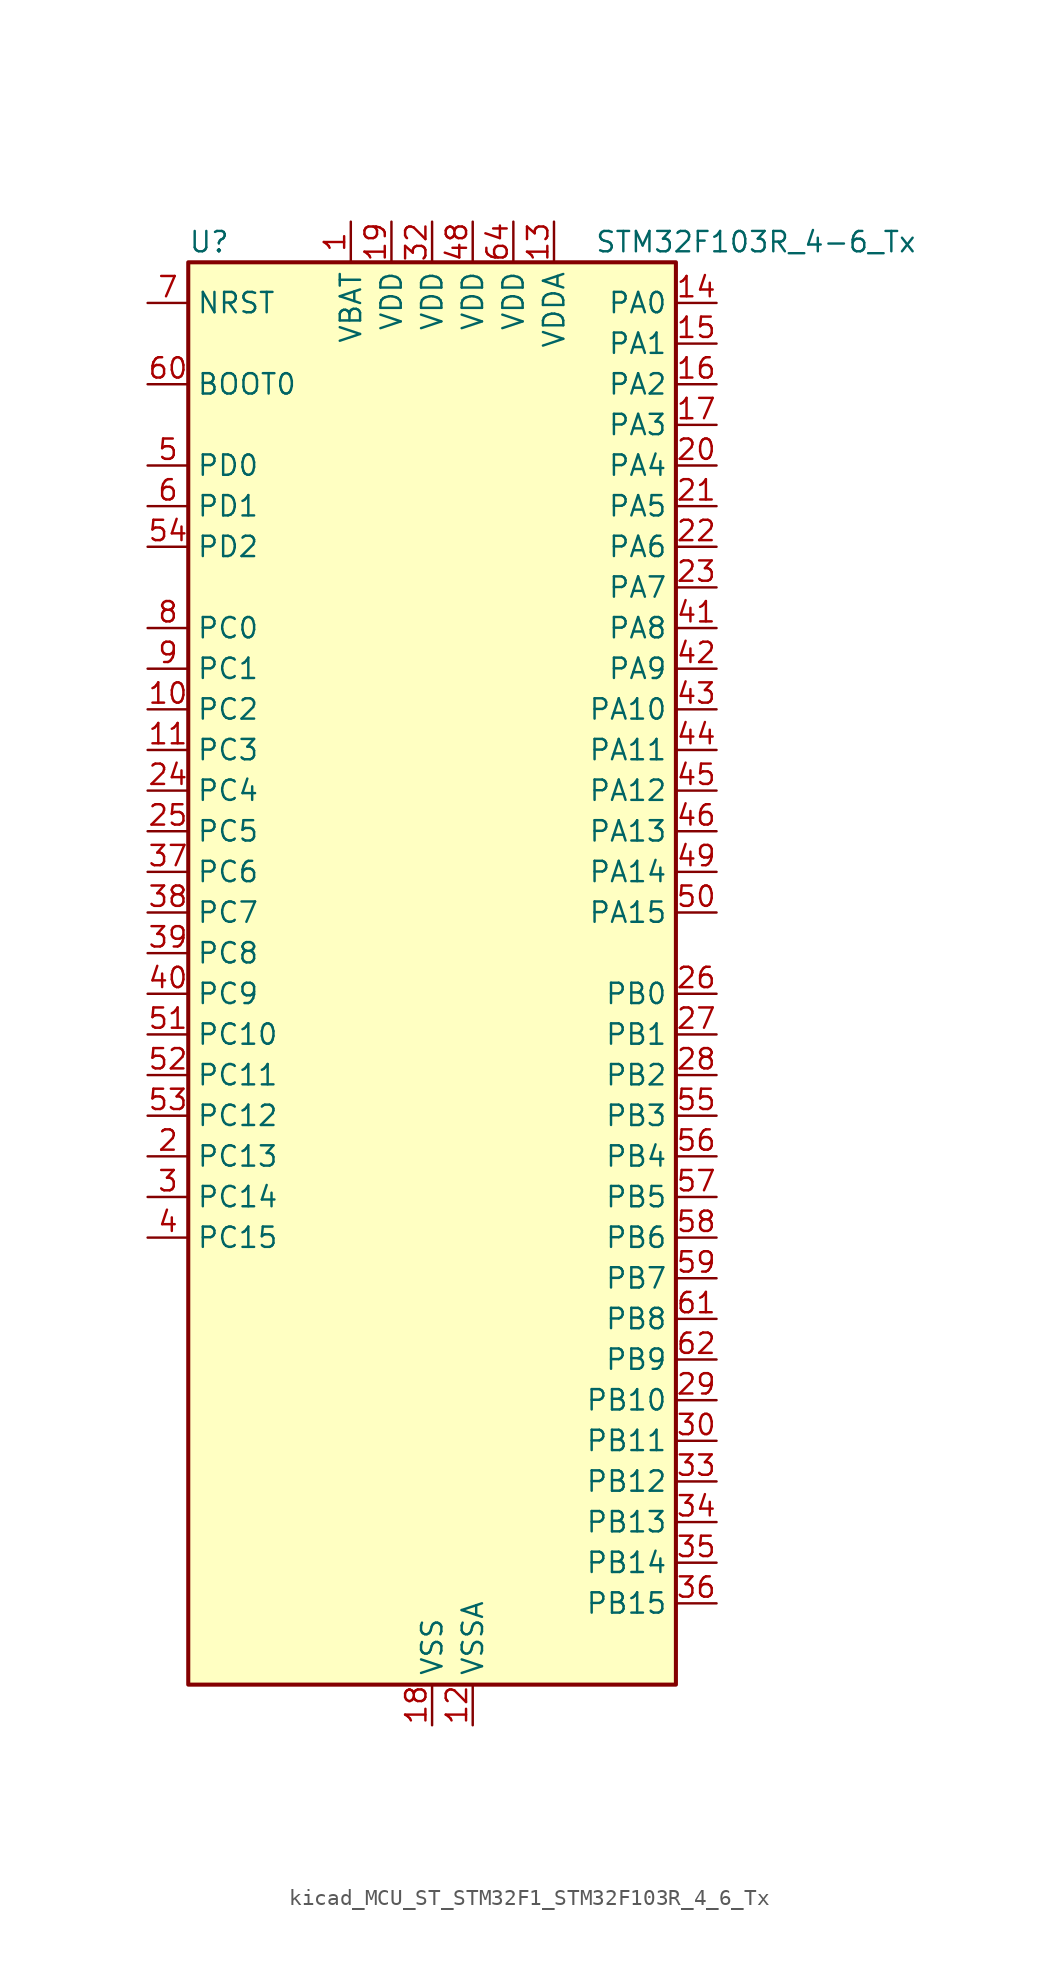
<source format=kicad_sym>
(kicad_symbol_lib
  (version 20220914)
  (generator kicad_symbol_editor)
  (symbol "kicad_MCU_ST_STM32F1_STM32F103R_4_6_Tx"
    (property "Reference" "U"
      (at -15.24 46.99 0)
      (effects (font (size 1.27 1.27)) (justify left)))
    (property "Value" "STM32F103R_4-6_Tx"
      (at 10.16 46.99 0)
      (effects (font (size 1.27 1.27)) (justify left)))
    (property "ki_locked" ""
      (at 0 0 0)
      (effects (font (size 1.27 1.27))))
    (symbol "kicad_MCU_ST_STM32F1_STM32F103R_4_6_Tx_0_1"
      (rectangle (start -15.24 -43.18) (end 15.24 45.72) (stroke (width 0.254) (type default)) (fill (type background))))
    (symbol "kicad_MCU_ST_STM32F1_STM32F103R_4_6_Tx_1_1"
      (pin power_in line (at -5.08 48.26 270) (length 2.54) (name "VBAT" (effects (font (size 1.27 1.27)))) (number "1" (effects (font (size 1.27 1.27)))))
      (pin bidirectional line (at -17.78 17.78 0) (length 2.54) (name "PC2" (effects (font (size 1.27 1.27)))) (number "10" (effects (font (size 1.27 1.27)))) (alternate "ADC1_IN12" bidirectional line) (alternate "ADC2_IN12" bidirectional line))
      (pin bidirectional line (at -17.78 15.24 0) (length 2.54) (name "PC3" (effects (font (size 1.27 1.27)))) (number "11" (effects (font (size 1.27 1.27)))) (alternate "ADC1_IN13" bidirectional line) (alternate "ADC2_IN13" bidirectional line))
      (pin power_in line (at 2.54 -45.72 90) (length 2.54) (name "VSSA" (effects (font (size 1.27 1.27)))) (number "12" (effects (font (size 1.27 1.27)))))
      (pin power_in line (at 7.62 48.26 270) (length 2.54) (name "VDDA" (effects (font (size 1.27 1.27)))) (number "13" (effects (font (size 1.27 1.27)))))
      (pin bidirectional line (at 17.78 43.18 180) (length 2.54) (name "PA0" (effects (font (size 1.27 1.27)))) (number "14" (effects (font (size 1.27 1.27)))) (alternate "ADC1_IN0" bidirectional line) (alternate "ADC2_IN0" bidirectional line) (alternate "SYS_WKUP" bidirectional line) (alternate "TIM2_CH1" bidirectional line) (alternate "TIM2_ETR" bidirectional line) (alternate "USART2_CTS" bidirectional line))
      (pin bidirectional line (at 17.78 40.64 180) (length 2.54) (name "PA1" (effects (font (size 1.27 1.27)))) (number "15" (effects (font (size 1.27 1.27)))) (alternate "ADC1_IN1" bidirectional line) (alternate "ADC2_IN1" bidirectional line) (alternate "TIM2_CH2" bidirectional line) (alternate "USART2_RTS" bidirectional line))
      (pin bidirectional line (at 17.78 38.1 180) (length 2.54) (name "PA2" (effects (font (size 1.27 1.27)))) (number "16" (effects (font (size 1.27 1.27)))) (alternate "ADC1_IN2" bidirectional line) (alternate "ADC2_IN2" bidirectional line) (alternate "TIM2_CH3" bidirectional line) (alternate "USART2_TX" bidirectional line))
      (pin bidirectional line (at 17.78 35.56 180) (length 2.54) (name "PA3" (effects (font (size 1.27 1.27)))) (number "17" (effects (font (size 1.27 1.27)))) (alternate "ADC1_IN3" bidirectional line) (alternate "ADC2_IN3" bidirectional line) (alternate "TIM2_CH4" bidirectional line) (alternate "USART2_RX" bidirectional line))
      (pin power_in line (at 0 -45.72 90) (length 2.54) (name "VSS" (effects (font (size 1.27 1.27)))) (number "18" (effects (font (size 1.27 1.27)))))
      (pin power_in line (at -2.54 48.26 270) (length 2.54) (name "VDD" (effects (font (size 1.27 1.27)))) (number "19" (effects (font (size 1.27 1.27)))))
      (pin bidirectional line (at -17.78 -10.16 0) (length 2.54) (name "PC13" (effects (font (size 1.27 1.27)))) (number "2" (effects (font (size 1.27 1.27)))) (alternate "RTC_OUT" bidirectional line) (alternate "RTC_TAMPER" bidirectional line))
      (pin bidirectional line (at 17.78 33.02 180) (length 2.54) (name "PA4" (effects (font (size 1.27 1.27)))) (number "20" (effects (font (size 1.27 1.27)))) (alternate "ADC1_IN4" bidirectional line) (alternate "ADC2_IN4" bidirectional line) (alternate "SPI1_NSS" bidirectional line) (alternate "USART2_CK" bidirectional line))
      (pin bidirectional line (at 17.78 30.48 180) (length 2.54) (name "PA5" (effects (font (size 1.27 1.27)))) (number "21" (effects (font (size 1.27 1.27)))) (alternate "ADC1_IN5" bidirectional line) (alternate "ADC2_IN5" bidirectional line) (alternate "SPI1_SCK" bidirectional line))
      (pin bidirectional line (at 17.78 27.94 180) (length 2.54) (name "PA6" (effects (font (size 1.27 1.27)))) (number "22" (effects (font (size 1.27 1.27)))) (alternate "ADC1_IN6" bidirectional line) (alternate "ADC2_IN6" bidirectional line) (alternate "SPI1_MISO" bidirectional line) (alternate "TIM1_BKIN" bidirectional line) (alternate "TIM3_CH1" bidirectional line))
      (pin bidirectional line (at 17.78 25.4 180) (length 2.54) (name "PA7" (effects (font (size 1.27 1.27)))) (number "23" (effects (font (size 1.27 1.27)))) (alternate "ADC1_IN7" bidirectional line) (alternate "ADC2_IN7" bidirectional line) (alternate "SPI1_MOSI" bidirectional line) (alternate "TIM1_CH1N" bidirectional line) (alternate "TIM3_CH2" bidirectional line))
      (pin bidirectional line (at -17.78 12.7 0) (length 2.54) (name "PC4" (effects (font (size 1.27 1.27)))) (number "24" (effects (font (size 1.27 1.27)))) (alternate "ADC1_IN14" bidirectional line) (alternate "ADC2_IN14" bidirectional line))
      (pin bidirectional line (at -17.78 10.16 0) (length 2.54) (name "PC5" (effects (font (size 1.27 1.27)))) (number "25" (effects (font (size 1.27 1.27)))) (alternate "ADC1_IN15" bidirectional line) (alternate "ADC2_IN15" bidirectional line))
      (pin bidirectional line (at 17.78 0 180) (length 2.54) (name "PB0" (effects (font (size 1.27 1.27)))) (number "26" (effects (font (size 1.27 1.27)))) (alternate "ADC1_IN8" bidirectional line) (alternate "ADC2_IN8" bidirectional line) (alternate "TIM1_CH2N" bidirectional line) (alternate "TIM3_CH3" bidirectional line))
      (pin bidirectional line (at 17.78 -2.54 180) (length 2.54) (name "PB1" (effects (font (size 1.27 1.27)))) (number "27" (effects (font (size 1.27 1.27)))) (alternate "ADC1_IN9" bidirectional line) (alternate "ADC2_IN9" bidirectional line) (alternate "TIM1_CH3N" bidirectional line) (alternate "TIM3_CH4" bidirectional line))
      (pin bidirectional line (at 17.78 -5.08 180) (length 2.54) (name "PB2" (effects (font (size 1.27 1.27)))) (number "28" (effects (font (size 1.27 1.27)))))
      (pin bidirectional line (at 17.78 -25.4 180) (length 2.54) (name "PB10" (effects (font (size 1.27 1.27)))) (number "29" (effects (font (size 1.27 1.27)))) (alternate "TIM2_CH3" bidirectional line))
      (pin bidirectional line (at -17.78 -12.7 0) (length 2.54) (name "PC14" (effects (font (size 1.27 1.27)))) (number "3" (effects (font (size 1.27 1.27)))) (alternate "RCC_OSC32_IN" bidirectional line))
      (pin bidirectional line (at 17.78 -27.94 180) (length 2.54) (name "PB11" (effects (font (size 1.27 1.27)))) (number "30" (effects (font (size 1.27 1.27)))) (alternate "ADC1_EXTI11" bidirectional line) (alternate "ADC2_EXTI11" bidirectional line) (alternate "TIM2_CH4" bidirectional line))
      (pin passive line (at 0 -45.72 90) (length 2.54) hide (name "VSS" (effects (font (size 1.27 1.27)))) (number "31" (effects (font (size 1.27 1.27)))))
      (pin power_in line (at 0 48.26 270) (length 2.54) (name "VDD" (effects (font (size 1.27 1.27)))) (number "32" (effects (font (size 1.27 1.27)))))
      (pin bidirectional line (at 17.78 -30.48 180) (length 2.54) (name "PB12" (effects (font (size 1.27 1.27)))) (number "33" (effects (font (size 1.27 1.27)))) (alternate "TIM1_BKIN" bidirectional line))
      (pin bidirectional line (at 17.78 -33.02 180) (length 2.54) (name "PB13" (effects (font (size 1.27 1.27)))) (number "34" (effects (font (size 1.27 1.27)))) (alternate "TIM1_CH1N" bidirectional line))
      (pin bidirectional line (at 17.78 -35.56 180) (length 2.54) (name "PB14" (effects (font (size 1.27 1.27)))) (number "35" (effects (font (size 1.27 1.27)))) (alternate "TIM1_CH2N" bidirectional line))
      (pin bidirectional line (at 17.78 -38.1 180) (length 2.54) (name "PB15" (effects (font (size 1.27 1.27)))) (number "36" (effects (font (size 1.27 1.27)))) (alternate "ADC1_EXTI15" bidirectional line) (alternate "ADC2_EXTI15" bidirectional line) (alternate "TIM1_CH3N" bidirectional line))
      (pin bidirectional line (at -17.78 7.62 0) (length 2.54) (name "PC6" (effects (font (size 1.27 1.27)))) (number "37" (effects (font (size 1.27 1.27)))) (alternate "TIM3_CH1" bidirectional line))
      (pin bidirectional line (at -17.78 5.08 0) (length 2.54) (name "PC7" (effects (font (size 1.27 1.27)))) (number "38" (effects (font (size 1.27 1.27)))) (alternate "TIM3_CH2" bidirectional line))
      (pin bidirectional line (at -17.78 2.54 0) (length 2.54) (name "PC8" (effects (font (size 1.27 1.27)))) (number "39" (effects (font (size 1.27 1.27)))) (alternate "TIM3_CH3" bidirectional line))
      (pin bidirectional line (at -17.78 -15.24 0) (length 2.54) (name "PC15" (effects (font (size 1.27 1.27)))) (number "4" (effects (font (size 1.27 1.27)))) (alternate "ADC1_EXTI15" bidirectional line) (alternate "ADC2_EXTI15" bidirectional line) (alternate "RCC_OSC32_OUT" bidirectional line))
      (pin bidirectional line (at -17.78 0 0) (length 2.54) (name "PC9" (effects (font (size 1.27 1.27)))) (number "40" (effects (font (size 1.27 1.27)))) (alternate "TIM3_CH4" bidirectional line))
      (pin bidirectional line (at 17.78 22.86 180) (length 2.54) (name "PA8" (effects (font (size 1.27 1.27)))) (number "41" (effects (font (size 1.27 1.27)))) (alternate "RCC_MCO" bidirectional line) (alternate "TIM1_CH1" bidirectional line) (alternate "USART1_CK" bidirectional line))
      (pin bidirectional line (at 17.78 20.32 180) (length 2.54) (name "PA9" (effects (font (size 1.27 1.27)))) (number "42" (effects (font (size 1.27 1.27)))) (alternate "TIM1_CH2" bidirectional line) (alternate "USART1_TX" bidirectional line))
      (pin bidirectional line (at 17.78 17.78 180) (length 2.54) (name "PA10" (effects (font (size 1.27 1.27)))) (number "43" (effects (font (size 1.27 1.27)))) (alternate "TIM1_CH3" bidirectional line) (alternate "USART1_RX" bidirectional line))
      (pin bidirectional line (at 17.78 15.24 180) (length 2.54) (name "PA11" (effects (font (size 1.27 1.27)))) (number "44" (effects (font (size 1.27 1.27)))) (alternate "ADC1_EXTI11" bidirectional line) (alternate "ADC2_EXTI11" bidirectional line) (alternate "CAN_RX" bidirectional line) (alternate "TIM1_CH4" bidirectional line) (alternate "USART1_CTS" bidirectional line) (alternate "USB_DM" bidirectional line))
      (pin bidirectional line (at 17.78 12.7 180) (length 2.54) (name "PA12" (effects (font (size 1.27 1.27)))) (number "45" (effects (font (size 1.27 1.27)))) (alternate "CAN_TX" bidirectional line) (alternate "TIM1_ETR" bidirectional line) (alternate "USART1_RTS" bidirectional line) (alternate "USB_DP" bidirectional line))
      (pin bidirectional line (at 17.78 10.16 180) (length 2.54) (name "PA13" (effects (font (size 1.27 1.27)))) (number "46" (effects (font (size 1.27 1.27)))) (alternate "SYS_JTMS-SWDIO" bidirectional line))
      (pin passive line (at 0 -45.72 90) (length 2.54) hide (name "VSS" (effects (font (size 1.27 1.27)))) (number "47" (effects (font (size 1.27 1.27)))))
      (pin power_in line (at 2.54 48.26 270) (length 2.54) (name "VDD" (effects (font (size 1.27 1.27)))) (number "48" (effects (font (size 1.27 1.27)))))
      (pin bidirectional line (at 17.78 7.62 180) (length 2.54) (name "PA14" (effects (font (size 1.27 1.27)))) (number "49" (effects (font (size 1.27 1.27)))) (alternate "SYS_JTCK-SWCLK" bidirectional line))
      (pin bidirectional line (at -17.78 33.02 0) (length 2.54) (name "PD0" (effects (font (size 1.27 1.27)))) (number "5" (effects (font (size 1.27 1.27)))) (alternate "RCC_OSC_IN" bidirectional line))
      (pin bidirectional line (at 17.78 5.08 180) (length 2.54) (name "PA15" (effects (font (size 1.27 1.27)))) (number "50" (effects (font (size 1.27 1.27)))) (alternate "ADC1_EXTI15" bidirectional line) (alternate "ADC2_EXTI15" bidirectional line) (alternate "SPI1_NSS" bidirectional line) (alternate "SYS_JTDI" bidirectional line) (alternate "TIM2_CH1" bidirectional line) (alternate "TIM2_ETR" bidirectional line))
      (pin bidirectional line (at -17.78 -2.54 0) (length 2.54) (name "PC10" (effects (font (size 1.27 1.27)))) (number "51" (effects (font (size 1.27 1.27)))))
      (pin bidirectional line (at -17.78 -5.08 0) (length 2.54) (name "PC11" (effects (font (size 1.27 1.27)))) (number "52" (effects (font (size 1.27 1.27)))) (alternate "ADC1_EXTI11" bidirectional line) (alternate "ADC2_EXTI11" bidirectional line))
      (pin bidirectional line (at -17.78 -7.62 0) (length 2.54) (name "PC12" (effects (font (size 1.27 1.27)))) (number "53" (effects (font (size 1.27 1.27)))))
      (pin bidirectional line (at -17.78 27.94 0) (length 2.54) (name "PD2" (effects (font (size 1.27 1.27)))) (number "54" (effects (font (size 1.27 1.27)))) (alternate "TIM3_ETR" bidirectional line))
      (pin bidirectional line (at 17.78 -7.62 180) (length 2.54) (name "PB3" (effects (font (size 1.27 1.27)))) (number "55" (effects (font (size 1.27 1.27)))) (alternate "SPI1_SCK" bidirectional line) (alternate "SYS_JTDO-TRACESWO" bidirectional line) (alternate "TIM2_CH2" bidirectional line))
      (pin bidirectional line (at 17.78 -10.16 180) (length 2.54) (name "PB4" (effects (font (size 1.27 1.27)))) (number "56" (effects (font (size 1.27 1.27)))) (alternate "SPI1_MISO" bidirectional line) (alternate "SYS_NJTRST" bidirectional line) (alternate "TIM3_CH1" bidirectional line))
      (pin bidirectional line (at 17.78 -12.7 180) (length 2.54) (name "PB5" (effects (font (size 1.27 1.27)))) (number "57" (effects (font (size 1.27 1.27)))) (alternate "I2C1_SMBA" bidirectional line) (alternate "SPI1_MOSI" bidirectional line) (alternate "TIM3_CH2" bidirectional line))
      (pin bidirectional line (at 17.78 -15.24 180) (length 2.54) (name "PB6" (effects (font (size 1.27 1.27)))) (number "58" (effects (font (size 1.27 1.27)))) (alternate "I2C1_SCL" bidirectional line) (alternate "USART1_TX" bidirectional line))
      (pin bidirectional line (at 17.78 -17.78 180) (length 2.54) (name "PB7" (effects (font (size 1.27 1.27)))) (number "59" (effects (font (size 1.27 1.27)))) (alternate "I2C1_SDA" bidirectional line) (alternate "USART1_RX" bidirectional line))
      (pin bidirectional line (at -17.78 30.48 0) (length 2.54) (name "PD1" (effects (font (size 1.27 1.27)))) (number "6" (effects (font (size 1.27 1.27)))) (alternate "RCC_OSC_OUT" bidirectional line))
      (pin input line (at -17.78 38.1 0) (length 2.54) (name "BOOT0" (effects (font (size 1.27 1.27)))) (number "60" (effects (font (size 1.27 1.27)))))
      (pin bidirectional line (at 17.78 -20.32 180) (length 2.54) (name "PB8" (effects (font (size 1.27 1.27)))) (number "61" (effects (font (size 1.27 1.27)))) (alternate "CAN_RX" bidirectional line) (alternate "I2C1_SCL" bidirectional line))
      (pin bidirectional line (at 17.78 -22.86 180) (length 2.54) (name "PB9" (effects (font (size 1.27 1.27)))) (number "62" (effects (font (size 1.27 1.27)))) (alternate "CAN_TX" bidirectional line) (alternate "I2C1_SDA" bidirectional line))
      (pin passive line (at 0 -45.72 90) (length 2.54) hide (name "VSS" (effects (font (size 1.27 1.27)))) (number "63" (effects (font (size 1.27 1.27)))))
      (pin power_in line (at 5.08 48.26 270) (length 2.54) (name "VDD" (effects (font (size 1.27 1.27)))) (number "64" (effects (font (size 1.27 1.27)))))
      (pin input line (at -17.78 43.18 0) (length 2.54) (name "NRST" (effects (font (size 1.27 1.27)))) (number "7" (effects (font (size 1.27 1.27)))))
      (pin bidirectional line (at -17.78 22.86 0) (length 2.54) (name "PC0" (effects (font (size 1.27 1.27)))) (number "8" (effects (font (size 1.27 1.27)))) (alternate "ADC1_IN10" bidirectional line) (alternate "ADC2_IN10" bidirectional line))
      (pin bidirectional line (at -17.78 20.32 0) (length 2.54) (name "PC1" (effects (font (size 1.27 1.27)))) (number "9" (effects (font (size 1.27 1.27)))) (alternate "ADC1_IN11" bidirectional line) (alternate "ADC2_IN11" bidirectional line)))))
</source>
